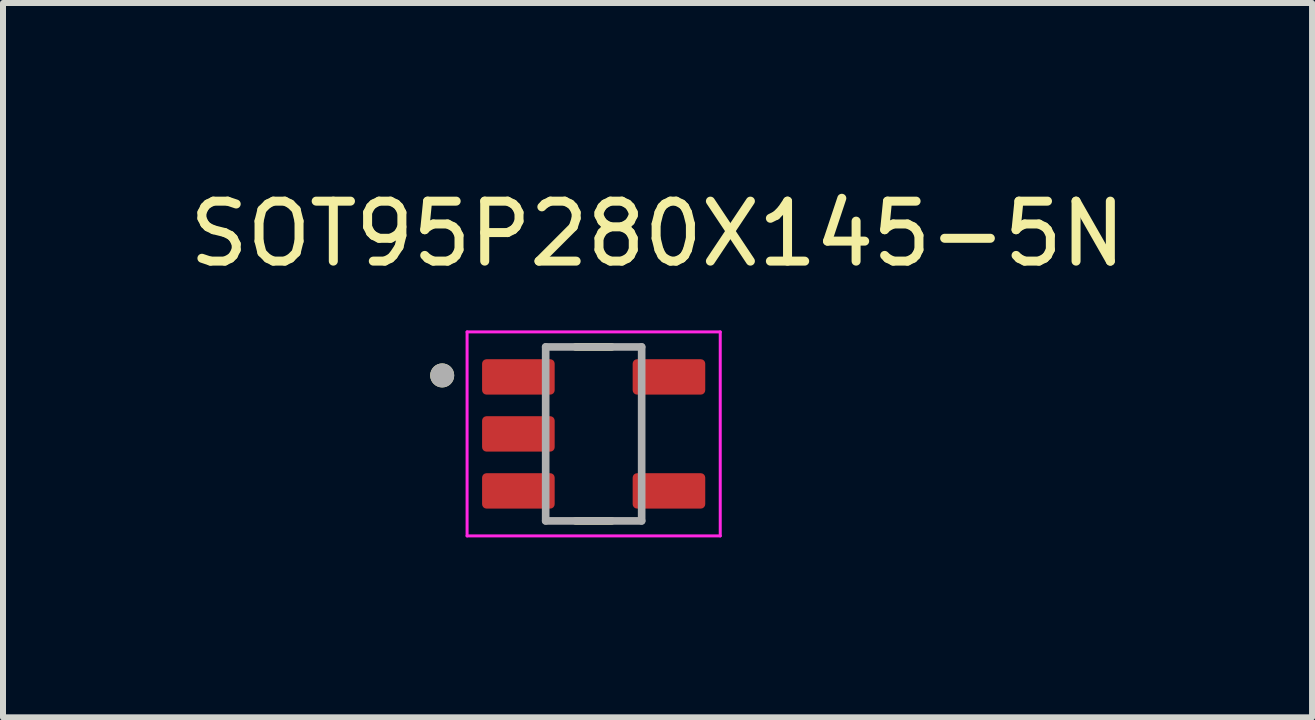
<source format=kicad_pcb>
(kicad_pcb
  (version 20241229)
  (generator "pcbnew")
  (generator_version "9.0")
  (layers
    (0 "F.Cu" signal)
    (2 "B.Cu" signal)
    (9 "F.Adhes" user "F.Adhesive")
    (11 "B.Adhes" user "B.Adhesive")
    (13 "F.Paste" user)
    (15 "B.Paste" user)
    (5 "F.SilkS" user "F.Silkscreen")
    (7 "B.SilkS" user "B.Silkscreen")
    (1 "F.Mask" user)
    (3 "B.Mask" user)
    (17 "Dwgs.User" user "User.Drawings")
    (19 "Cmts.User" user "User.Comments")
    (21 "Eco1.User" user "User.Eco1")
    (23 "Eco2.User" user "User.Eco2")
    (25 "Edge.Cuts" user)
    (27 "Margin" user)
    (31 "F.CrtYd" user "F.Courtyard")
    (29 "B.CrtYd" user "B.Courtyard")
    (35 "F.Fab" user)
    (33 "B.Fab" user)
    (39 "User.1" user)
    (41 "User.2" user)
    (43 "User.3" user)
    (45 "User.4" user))
  (footprint "SOT95P280X145-5N"
    (layer "F.Cu")
    (at 6.846 4.183)
    (property "Reference" "SOT95P280X145-5N" (at 1.065 -3.335 0) (layer "F.SilkS") (effects (font (size 1 1) (thickness 0.15))))
    (attr smd)
    (fp_line (start -0.3 -1.45) (end 0.3 -1.45) (stroke (width 0.127) (type solid)) (layer "F.SilkS"))
    (fp_line (start -0.3 1.45) (end 0.3 1.45) (stroke (width 0.127) (type solid)) (layer "F.SilkS"))
    (fp_circle (center -2.525 -0.975) (end -2.425 -0.975) (stroke (width 0.2) (type solid)) (fill no) (layer "F.SilkS"))
    (fp_line (start -2.11 -1.7) (end -2.11 1.7) (stroke (width 0.05) (type solid)) (layer "F.CrtYd"))
    (fp_line (start -2.11 1.7) (end 2.11 1.7) (stroke (width 0.05) (type solid)) (layer "F.CrtYd"))
    (fp_line (start 2.11 -1.7) (end -2.11 -1.7) (stroke (width 0.05) (type solid)) (layer "F.CrtYd"))
    (fp_line (start 2.11 1.7) (end 2.11 -1.7) (stroke (width 0.05) (type solid)) (layer "F.CrtYd"))
    (fp_line (start -0.8 -1.45) (end 0.8 -1.45) (stroke (width 0.127) (type solid)) (layer "F.Fab"))
    (fp_line (start -0.8 1.45) (end -0.8 -1.45) (stroke (width 0.127) (type solid)) (layer "F.Fab"))
    (fp_line (start 0.8 -1.45) (end 0.8 1.45) (stroke (width 0.127) (type solid)) (layer "F.Fab"))
    (fp_line (start 0.8 1.45) (end -0.8 1.45) (stroke (width 0.127) (type solid)) (layer "F.Fab"))
    (fp_circle (center -2.525 -0.975) (end -2.425 -0.975) (stroke (width 0.2) (type solid)) (fill no) (layer "F.Fab"))
    (pad "1" smd roundrect (at -1.255 -0.95) (size 1.21 0.59) (layers "F.Cu" "F.Mask" "F.Paste") (roundrect_rratio 0.125))
    (pad "2" smd roundrect (at -1.255 0) (size 1.21 0.59) (layers "F.Cu" "F.Mask" "F.Paste") (roundrect_rratio 0.125))
    (pad "3" smd roundrect (at -1.255 0.95) (size 1.21 0.59) (layers "F.Cu" "F.Mask" "F.Paste") (roundrect_rratio 0.125))
    (pad "4" smd roundrect (at 1.255 0.95) (size 1.21 0.59) (layers "F.Cu" "F.Mask" "F.Paste") (roundrect_rratio 0.125))
    (pad "5" smd roundrect (at 1.255 -0.95) (size 1.21 0.59) (layers "F.Cu" "F.Mask" "F.Paste") (roundrect_rratio 0.125)))
  (gr_rect
    (start -3 -3)
    (end 18.821 8.908)
    (stroke (width 0.1) (type default))
    (fill no)
    (layer "Edge.Cuts")))
</source>
